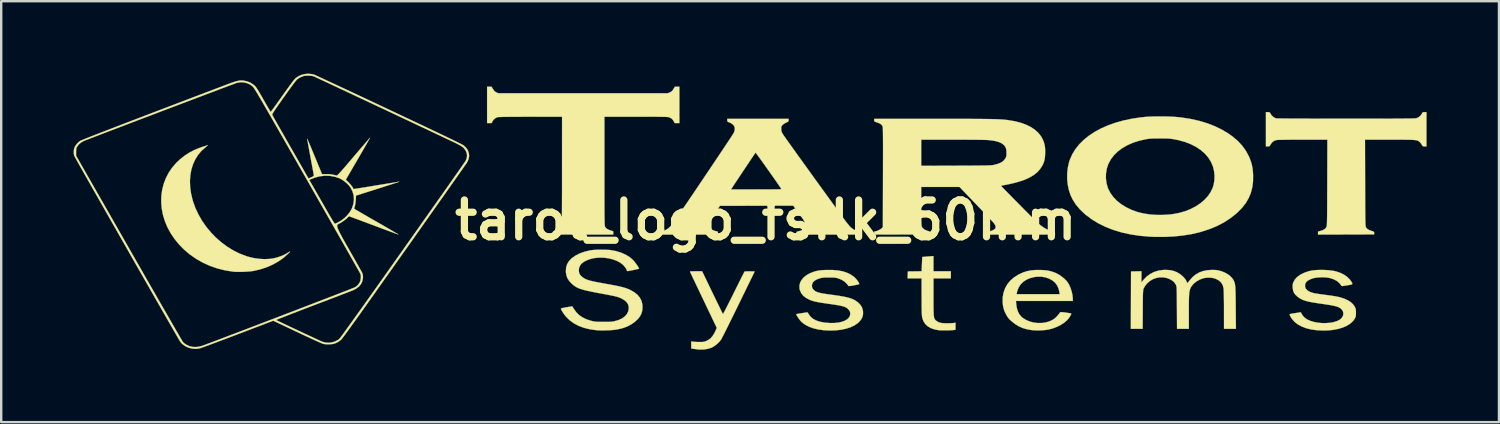
<source format=kicad_pcb>
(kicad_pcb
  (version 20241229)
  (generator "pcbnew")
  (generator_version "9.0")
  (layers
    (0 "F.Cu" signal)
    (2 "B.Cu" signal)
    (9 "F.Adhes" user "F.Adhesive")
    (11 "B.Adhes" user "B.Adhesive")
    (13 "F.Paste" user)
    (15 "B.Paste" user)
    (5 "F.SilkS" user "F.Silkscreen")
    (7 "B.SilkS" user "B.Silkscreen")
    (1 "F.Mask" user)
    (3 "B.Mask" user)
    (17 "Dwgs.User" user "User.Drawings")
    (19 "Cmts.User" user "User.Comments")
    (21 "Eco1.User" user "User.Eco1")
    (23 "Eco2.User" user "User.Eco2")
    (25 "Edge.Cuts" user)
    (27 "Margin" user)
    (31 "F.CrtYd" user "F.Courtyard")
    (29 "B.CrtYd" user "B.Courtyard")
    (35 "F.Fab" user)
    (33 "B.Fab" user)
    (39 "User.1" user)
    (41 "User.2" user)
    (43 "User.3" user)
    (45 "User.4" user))
  (footprint "tarot_logo_fsilk_60mm"
    (layer "F.Cu")
    (at 28.667 6.067)
    (property "Reference" "tarot_logo_fsilk_60mm" (at 0 0 0) (layer "F.SilkS") (effects (font (size 1.524 1.524) (thickness 0.3))))
    (attr through_hole)
    (fp_poly (pts (xy 6.946 2.119) (xy 7.666 2.119) (xy 7.666 2.411) (xy 6.946 2.411) (xy 6.946 3.191) (xy 6.946 3.373) (xy 6.947 3.529) (xy 6.948 3.66) (xy 6.95 3.77) (xy 6.953 3.859) (xy 6.957 3.932) (xy 6.964 3.99) (xy 6.972 4.035) (xy 6.983 4.071) (xy 6.996 4.099) (xy 7.012 4.122) (xy 7.032 4.143) (xy 7.055 4.163) (xy 7.062 4.169) (xy 7.129 4.214) (xy 7.209 4.246) (xy 7.307 4.265) (xy 7.429 4.273) (xy 7.49 4.274) (xy 7.579 4.273) (xy 7.666 4.27) (xy 7.738 4.266) (xy 7.766 4.263) (xy 7.859 4.252) (xy 7.859 4.541) (xy 7.805 4.55) (xy 7.749 4.556) (xy 7.667 4.561) (xy 7.569 4.565) (xy 7.464 4.566) (xy 7.36 4.567) (xy 7.267 4.565) (xy 7.194 4.562) (xy 7.166 4.559) (xy 6.988 4.525) (xy 6.836 4.472) (xy 6.711 4.4) (xy 6.611 4.309) (xy 6.537 4.198) (xy 6.487 4.066) (xy 6.481 4.04) (xy 6.475 4.008) (xy 6.47 3.967) (xy 6.466 3.916) (xy 6.462 3.851) (xy 6.46 3.769) (xy 6.458 3.669) (xy 6.456 3.549) (xy 6.456 3.404) (xy 6.455 3.234) (xy 6.455 3.17) (xy 6.455 2.411) (xy 5.875 2.411) (xy 5.88 2.269) (xy 5.885 2.126) (xy 6.17 2.122) (xy 6.455 2.118) (xy 6.458 2.064) (xy 6.459 2.031) (xy 6.462 1.975) (xy 6.465 1.903) (xy 6.469 1.82) (xy 6.471 1.768) (xy 6.482 1.527) (xy 6.578 1.518) (xy 6.646 1.512) (xy 6.73 1.505) (xy 6.81 1.499) (xy 6.946 1.489) (xy 6.946 2.119)) (stroke (width 0.01) (type solid)) (fill yes) (layer "F.SilkS"))
    (fp_poly (pts (xy -23.117 -3.089) (xy -23.146 -3.065) (xy -23.19 -3.029) (xy -23.215 -3.009) (xy -23.378 -2.863) (xy -23.517 -2.696) (xy -23.633 -2.51) (xy -23.724 -2.308) (xy -23.792 -2.091) (xy -23.834 -1.861) (xy -23.85 -1.62) (xy -23.841 -1.369) (xy -23.806 -1.111) (xy -23.744 -0.847) (xy -23.724 -0.78) (xy -23.625 -0.503) (xy -23.499 -0.234) (xy -23.35 0.025) (xy -23.178 0.271) (xy -22.987 0.503) (xy -22.779 0.719) (xy -22.554 0.917) (xy -22.315 1.094) (xy -22.065 1.249) (xy -21.805 1.38) (xy -21.536 1.485) (xy -21.436 1.517) (xy -21.211 1.571) (xy -20.983 1.604) (xy -20.758 1.616) (xy -20.543 1.606) (xy -20.377 1.581) (xy -20.227 1.543) (xy -20.077 1.492) (xy -19.938 1.432) (xy -19.826 1.37) (xy -19.758 1.328) (xy -19.717 1.304) (xy -19.702 1.3) (xy -19.711 1.315) (xy -19.744 1.351) (xy -19.787 1.395) (xy -19.975 1.562) (xy -20.189 1.713) (xy -20.425 1.844) (xy -20.678 1.955) (xy -20.945 2.042) (xy -21.221 2.104) (xy -21.231 2.106) (xy -21.336 2.12) (xy -21.464 2.131) (xy -21.605 2.139) (xy -21.748 2.143) (xy -21.883 2.143) (xy -22.001 2.139) (xy -22.067 2.133) (xy -22.398 2.08) (xy -22.718 2) (xy -23.025 1.893) (xy -23.319 1.76) (xy -23.597 1.602) (xy -23.857 1.42) (xy -24.1 1.214) (xy -24.297 1.013) (xy -24.487 0.782) (xy -24.65 0.54) (xy -24.784 0.292) (xy -24.89 0.037) (xy -24.968 -0.221) (xy -25.018 -0.48) (xy -25.04 -0.739) (xy -25.035 -0.996) (xy -25.001 -1.249) (xy -24.939 -1.495) (xy -24.849 -1.732) (xy -24.732 -1.96) (xy -24.586 -2.175) (xy -24.413 -2.375) (xy -24.26 -2.519) (xy -24.074 -2.667) (xy -23.885 -2.791) (xy -23.684 -2.896) (xy -23.612 -2.928) (xy -23.542 -2.956) (xy -23.46 -2.988) (xy -23.372 -3.019) (xy -23.287 -3.048) (xy -23.21 -3.073) (xy -23.15 -3.09) (xy -23.113 -3.098) (xy -23.109 -3.098) (xy -23.117 -3.089)) (stroke (width 0.01) (type solid)) (fill yes) (layer "F.SilkS"))
    (fp_poly (pts (xy -2.211 3) (xy -2.137 3.152) (xy -2.068 3.296) (xy -2.002 3.43) (xy -1.943 3.551) (xy -1.891 3.658) (xy -1.847 3.747) (xy -1.812 3.817) (xy -1.788 3.865) (xy -1.775 3.889) (xy -1.774 3.891) (xy -1.765 3.88) (xy -1.744 3.844) (xy -1.713 3.785) (xy -1.671 3.706) (xy -1.621 3.608) (xy -1.563 3.495) (xy -1.499 3.368) (xy -1.429 3.229) (xy -1.355 3.081) (xy -1.326 3.021) (xy -1.251 2.87) (xy -1.179 2.726) (xy -1.113 2.592) (xy -1.052 2.471) (xy -0.999 2.364) (xy -0.954 2.275) (xy -0.918 2.205) (xy -0.893 2.156) (xy -0.88 2.132) (xy -0.878 2.13) (xy -0.856 2.125) (xy -0.807 2.123) (xy -0.738 2.122) (xy -0.662 2.122) (xy -0.458 2.126) (xy -1.125 3.493) (xy -1.219 3.685) (xy -1.31 3.871) (xy -1.398 4.049) (xy -1.481 4.217) (xy -1.558 4.373) (xy -1.628 4.514) (xy -1.691 4.64) (xy -1.746 4.748) (xy -1.791 4.835) (xy -1.825 4.901) (xy -1.847 4.942) (xy -1.855 4.954) (xy -1.914 5.03) (xy -1.991 5.107) (xy -2.078 5.18) (xy -2.165 5.241) (xy -2.241 5.281) (xy -2.383 5.327) (xy -2.54 5.355) (xy -2.675 5.362) (xy -2.739 5.361) (xy -2.789 5.359) (xy -2.815 5.357) (xy -2.815 5.357) (xy -2.84 5.352) (xy -2.89 5.345) (xy -2.953 5.335) (xy -2.96 5.335) (xy -3.087 5.317) (xy -3.087 5.026) (xy -2.995 5.038) (xy -2.935 5.043) (xy -2.854 5.047) (xy -2.766 5.049) (xy -2.735 5.049) (xy -2.653 5.048) (xy -2.593 5.044) (xy -2.545 5.035) (xy -2.494 5.018) (xy -2.45 5.001) (xy -2.357 4.951) (xy -2.273 4.883) (xy -2.197 4.792) (xy -2.127 4.678) (xy -2.06 4.537) (xy -2.029 4.463) (xy -2.584 3.301) (xy -2.668 3.125) (xy -2.748 2.958) (xy -2.823 2.8) (xy -2.893 2.654) (xy -2.955 2.522) (xy -3.011 2.406) (xy -3.057 2.307) (xy -3.094 2.228) (xy -3.121 2.171) (xy -3.136 2.137) (xy -3.14 2.129) (xy -3.123 2.125) (xy -3.078 2.122) (xy -3.01 2.12) (xy -2.925 2.119) (xy -2.888 2.119) (xy -2.636 2.119) (xy -2.211 3)) (stroke (width 0.01) (type solid)) (fill yes) (layer "F.SilkS"))
    (fp_poly (pts (xy 11.535 2.074) (xy 11.669 2.089) (xy 11.79 2.114) (xy 11.908 2.15) (xy 12.024 2.196) (xy 12.132 2.253) (xy 12.245 2.328) (xy 12.353 2.414) (xy 12.445 2.503) (xy 12.505 2.576) (xy 12.566 2.679) (xy 12.62 2.804) (xy 12.665 2.939) (xy 12.698 3.078) (xy 12.715 3.21) (xy 12.717 3.27) (xy 12.718 3.347) (xy 10.362 3.347) (xy 10.374 3.478) (xy 10.398 3.64) (xy 10.44 3.778) (xy 10.5 3.895) (xy 10.579 3.993) (xy 10.643 4.049) (xy 10.779 4.134) (xy 10.929 4.198) (xy 11.091 4.241) (xy 11.258 4.262) (xy 11.426 4.262) (xy 11.589 4.24) (xy 11.743 4.196) (xy 11.882 4.131) (xy 11.974 4.068) (xy 12.016 4.03) (xy 12.064 3.98) (xy 12.113 3.925) (xy 12.156 3.872) (xy 12.186 3.83) (xy 12.195 3.812) (xy 12.213 3.81) (xy 12.258 3.812) (xy 12.321 3.818) (xy 12.395 3.826) (xy 12.472 3.837) (xy 12.544 3.848) (xy 12.604 3.859) (xy 12.643 3.868) (xy 12.653 3.872) (xy 12.652 3.89) (xy 12.636 3.926) (xy 12.609 3.974) (xy 12.573 4.029) (xy 12.533 4.083) (xy 12.493 4.131) (xy 12.478 4.147) (xy 12.363 4.246) (xy 12.221 4.338) (xy 12.061 4.419) (xy 11.893 4.484) (xy 11.723 4.529) (xy 11.718 4.53) (xy 11.589 4.55) (xy 11.442 4.563) (xy 11.288 4.568) (xy 11.141 4.566) (xy 11.013 4.555) (xy 11.007 4.554) (xy 10.808 4.518) (xy 10.633 4.466) (xy 10.474 4.395) (xy 10.324 4.301) (xy 10.225 4.224) (xy 10.15 4.16) (xy 10.094 4.108) (xy 10.051 4.06) (xy 10.013 4.007) (xy 9.975 3.946) (xy 9.905 3.812) (xy 9.856 3.68) (xy 9.826 3.541) (xy 9.812 3.398) (xy 9.815 3.192) (xy 9.837 3.069) (xy 10.39 3.069) (xy 12.175 3.069) (xy 12.164 2.992) (xy 12.13 2.842) (xy 12.07 2.709) (xy 11.988 2.596) (xy 11.882 2.505) (xy 11.871 2.497) (xy 11.725 2.418) (xy 11.567 2.367) (xy 11.398 2.342) (xy 11.218 2.346) (xy 11.113 2.36) (xy 10.94 2.405) (xy 10.788 2.472) (xy 10.657 2.562) (xy 10.55 2.671) (xy 10.469 2.797) (xy 10.416 2.94) (xy 10.405 2.987) (xy 10.39 3.069) (xy 9.837 3.069) (xy 9.85 2.999) (xy 9.914 2.82) (xy 10.007 2.655) (xy 10.129 2.507) (xy 10.278 2.376) (xy 10.455 2.262) (xy 10.655 2.168) (xy 10.816 2.116) (xy 10.99 2.082) (xy 11.182 2.066) (xy 11.376 2.065) (xy 11.535 2.074)) (stroke (width 0.01) (type solid)) (fill yes) (layer "F.SilkS"))
    (fp_poly (pts (xy -3.578 -4.019) (xy -3.77 -4.019) (xy -3.807 -4.088) (xy -3.856 -4.163) (xy -3.914 -4.216) (xy -3.991 -4.254) (xy -4.005 -4.259) (xy -4.023 -4.264) (xy -4.046 -4.268) (xy -4.076 -4.271) (xy -4.117 -4.274) (xy -4.17 -4.276) (xy -4.239 -4.277) (xy -4.325 -4.279) (xy -4.432 -4.28) (xy -4.56 -4.281) (xy -4.714 -4.281) (xy -4.896 -4.281) (xy -5.107 -4.282) (xy -5.351 -4.282) (xy -5.372 -4.282) (xy -6.683 -4.282) (xy -6.683 -2.028) (xy -6.683 -1.727) (xy -6.683 -1.455) (xy -6.683 -1.209) (xy -6.682 -0.988) (xy -6.682 -0.79) (xy -6.682 -0.615) (xy -6.681 -0.461) (xy -6.68 -0.326) (xy -6.68 -0.209) (xy -6.678 -0.109) (xy -6.677 -0.025) (xy -6.676 0.046) (xy -6.674 0.105) (xy -6.672 0.152) (xy -6.67 0.189) (xy -6.667 0.219) (xy -6.664 0.241) (xy -6.661 0.258) (xy -6.657 0.271) (xy -6.653 0.281) (xy -6.649 0.287) (xy -6.599 0.346) (xy -6.517 0.396) (xy -6.408 0.435) (xy -6.389 0.439) (xy -6.345 0.452) (xy -6.323 0.466) (xy -6.316 0.492) (xy -6.315 0.528) (xy -6.315 0.599) (xy -7.561 0.599) (xy -7.804 0.599) (xy -8.015 0.599) (xy -8.195 0.598) (xy -8.347 0.598) (xy -8.473 0.597) (xy -8.575 0.596) (xy -8.656 0.594) (xy -8.717 0.592) (xy -8.762 0.589) (xy -8.791 0.587) (xy -8.809 0.583) (xy -8.816 0.579) (xy -8.816 0.579) (xy -8.821 0.55) (xy -8.82 0.511) (xy -8.82 0.51) (xy -8.814 0.482) (xy -8.799 0.464) (xy -8.765 0.448) (xy -8.712 0.431) (xy -8.61 0.392) (xy -8.529 0.343) (xy -8.474 0.288) (xy -8.456 0.252) (xy -8.453 0.229) (xy -8.45 0.177) (xy -8.448 0.097) (xy -8.446 -0.012) (xy -8.444 -0.15) (xy -8.442 -0.317) (xy -8.441 -0.512) (xy -8.44 -0.737) (xy -8.439 -0.99) (xy -8.438 -1.272) (xy -8.438 -1.584) (xy -8.438 -1.925) (xy -8.438 -2.042) (xy -8.437 -4.282) (xy -9.749 -4.281) (xy -10.015 -4.281) (xy -10.248 -4.28) (xy -10.45 -4.279) (xy -10.621 -4.278) (xy -10.764 -4.276) (xy -10.88 -4.275) (xy -10.972 -4.272) (xy -11.04 -4.27) (xy -11.087 -4.267) (xy -11.114 -4.263) (xy -11.118 -4.262) (xy -11.192 -4.227) (xy -11.26 -4.172) (xy -11.312 -4.107) (xy -11.325 -4.083) (xy -11.354 -4.019) (xy -11.542 -4.019) (xy -11.542 -5.524) (xy -11.45 -5.524) (xy -11.358 -5.524) (xy -11.297 -5.426) (xy -11.257 -5.368) (xy -11.22 -5.328) (xy -11.176 -5.3) (xy -11.156 -5.29) (xy -11.077 -5.254) (xy -4.06 -5.254) (xy -3.973 -5.291) (xy -3.923 -5.316) (xy -3.886 -5.343) (xy -3.853 -5.383) (xy -3.825 -5.426) (xy -3.765 -5.524) (xy -3.578 -5.524) (xy -3.578 -4.019)) (stroke (width 0.01) (type solid)) (fill yes) (layer "F.SilkS"))
    (fp_poly (pts (xy 16.735 2.071) (xy 16.89 2.103) (xy 17.03 2.158) (xy 17.162 2.238) (xy 17.186 2.257) (xy 17.281 2.337) (xy 17.352 2.414) (xy 17.407 2.497) (xy 17.426 2.534) (xy 17.466 2.615) (xy 17.551 2.503) (xy 17.671 2.366) (xy 17.803 2.255) (xy 17.948 2.171) (xy 18.108 2.111) (xy 18.287 2.076) (xy 18.427 2.065) (xy 18.544 2.063) (xy 18.639 2.067) (xy 18.723 2.078) (xy 18.741 2.081) (xy 18.883 2.12) (xy 19.019 2.176) (xy 19.143 2.247) (xy 19.249 2.329) (xy 19.329 2.416) (xy 19.358 2.46) (xy 19.378 2.497) (xy 19.395 2.531) (xy 19.409 2.566) (xy 19.421 2.604) (xy 19.431 2.646) (xy 19.44 2.697) (xy 19.446 2.757) (xy 19.451 2.83) (xy 19.456 2.918) (xy 19.459 3.024) (xy 19.461 3.15) (xy 19.463 3.298) (xy 19.465 3.47) (xy 19.466 3.621) (xy 19.474 4.501) (xy 18.98 4.501) (xy 18.979 3.716) (xy 18.979 3.563) (xy 18.978 3.416) (xy 18.976 3.278) (xy 18.974 3.151) (xy 18.972 3.041) (xy 18.969 2.948) (xy 18.966 2.877) (xy 18.963 2.831) (xy 18.962 2.821) (xy 18.928 2.698) (xy 18.869 2.596) (xy 18.783 2.511) (xy 18.669 2.445) (xy 18.577 2.41) (xy 18.477 2.39) (xy 18.36 2.382) (xy 18.24 2.387) (xy 18.131 2.406) (xy 18.116 2.41) (xy 17.977 2.462) (xy 17.848 2.534) (xy 17.737 2.62) (xy 17.651 2.715) (xy 17.629 2.748) (xy 17.607 2.786) (xy 17.588 2.824) (xy 17.572 2.863) (xy 17.559 2.907) (xy 17.549 2.957) (xy 17.54 3.018) (xy 17.534 3.092) (xy 17.53 3.18) (xy 17.527 3.287) (xy 17.525 3.414) (xy 17.524 3.564) (xy 17.524 3.741) (xy 17.524 3.777) (xy 17.524 4.501) (xy 17.034 4.501) (xy 17.029 3.628) (xy 17.028 3.447) (xy 17.027 3.292) (xy 17.026 3.162) (xy 17.025 3.054) (xy 17.023 2.965) (xy 17.021 2.894) (xy 17.019 2.838) (xy 17.016 2.794) (xy 17.012 2.76) (xy 17.007 2.734) (xy 17.002 2.714) (xy 16.995 2.696) (xy 16.987 2.679) (xy 16.984 2.672) (xy 16.92 2.578) (xy 16.831 2.5) (xy 16.72 2.438) (xy 16.595 2.394) (xy 16.459 2.371) (xy 16.319 2.37) (xy 16.198 2.389) (xy 16.052 2.439) (xy 15.919 2.514) (xy 15.804 2.61) (xy 15.711 2.724) (xy 15.658 2.818) (xy 15.65 2.837) (xy 15.643 2.856) (xy 15.637 2.878) (xy 15.633 2.906) (xy 15.629 2.941) (xy 15.626 2.987) (xy 15.623 3.046) (xy 15.621 3.12) (xy 15.62 3.213) (xy 15.618 3.326) (xy 15.617 3.462) (xy 15.616 3.624) (xy 15.616 3.701) (xy 15.61 4.501) (xy 15.121 4.501) (xy 15.125 3.314) (xy 15.129 2.126) (xy 15.344 2.122) (xy 15.559 2.118) (xy 15.559 2.577) (xy 15.645 2.475) (xy 15.777 2.339) (xy 15.923 2.231) (xy 16.083 2.149) (xy 16.257 2.094) (xy 16.446 2.065) (xy 16.56 2.061) (xy 16.735 2.071)) (stroke (width 0.01) (type solid)) (fill yes) (layer "F.SilkS"))
    (fp_poly (pts (xy 16.464 -4.294) (xy 16.664 -4.29) (xy 16.855 -4.282) (xy 17.029 -4.27) (xy 17.178 -4.256) (xy 17.199 -4.253) (xy 17.585 -4.193) (xy 17.945 -4.113) (xy 18.281 -4.013) (xy 18.594 -3.892) (xy 18.885 -3.751) (xy 19.156 -3.589) (xy 19.342 -3.457) (xy 19.552 -3.278) (xy 19.731 -3.086) (xy 19.881 -2.878) (xy 20.004 -2.653) (xy 20.05 -2.545) (xy 20.099 -2.408) (xy 20.136 -2.277) (xy 20.161 -2.142) (xy 20.178 -1.994) (xy 20.185 -1.86) (xy 20.182 -1.599) (xy 20.15 -1.355) (xy 20.09 -1.125) (xy 19.999 -0.908) (xy 19.879 -0.703) (xy 19.726 -0.508) (xy 19.542 -0.321) (xy 19.481 -0.266) (xy 19.236 -0.074) (xy 18.971 0.097) (xy 18.684 0.246) (xy 18.373 0.374) (xy 18.038 0.483) (xy 17.945 0.508) (xy 17.623 0.582) (xy 17.277 0.637) (xy 16.914 0.675) (xy 16.537 0.694) (xy 16.154 0.695) (xy 15.91 0.685) (xy 15.504 0.65) (xy 15.118 0.593) (xy 14.752 0.513) (xy 14.407 0.41) (xy 14.085 0.285) (xy 13.784 0.138) (xy 13.506 -0.031) (xy 13.25 -0.222) (xy 13.199 -0.266) (xy 13.005 -0.452) (xy 12.843 -0.648) (xy 12.711 -0.855) (xy 12.622 -1.042) (xy 12.553 -1.251) (xy 12.507 -1.475) (xy 12.484 -1.708) (xy 12.485 -1.728) (xy 14.088 -1.728) (xy 14.113 -1.532) (xy 14.165 -1.346) (xy 14.18 -1.305) (xy 14.272 -1.125) (xy 14.395 -0.956) (xy 14.547 -0.799) (xy 14.725 -0.657) (xy 14.928 -0.532) (xy 15.152 -0.424) (xy 15.396 -0.336) (xy 15.412 -0.332) (xy 15.637 -0.277) (xy 15.885 -0.238) (xy 16.147 -0.217) (xy 16.417 -0.214) (xy 16.687 -0.229) (xy 16.866 -0.249) (xy 17.124 -0.298) (xy 17.369 -0.368) (xy 17.598 -0.459) (xy 17.809 -0.569) (xy 18 -0.695) (xy 18.168 -0.837) (xy 18.311 -0.992) (xy 18.426 -1.16) (xy 18.511 -1.337) (xy 18.549 -1.459) (xy 18.581 -1.643) (xy 18.588 -1.836) (xy 18.569 -2.028) (xy 18.527 -2.209) (xy 18.522 -2.222) (xy 18.441 -2.413) (xy 18.33 -2.59) (xy 18.19 -2.753) (xy 18.022 -2.899) (xy 17.829 -3.029) (xy 17.611 -3.142) (xy 17.371 -3.235) (xy 17.109 -3.309) (xy 16.906 -3.35) (xy 16.834 -3.361) (xy 16.769 -3.37) (xy 16.701 -3.376) (xy 16.625 -3.38) (xy 16.533 -3.382) (xy 16.419 -3.383) (xy 16.314 -3.383) (xy 16.178 -3.382) (xy 16.07 -3.381) (xy 15.984 -3.378) (xy 15.913 -3.373) (xy 15.849 -3.367) (xy 15.786 -3.358) (xy 15.735 -3.349) (xy 15.461 -3.287) (xy 15.208 -3.205) (xy 14.975 -3.103) (xy 14.767 -2.982) (xy 14.582 -2.845) (xy 14.425 -2.691) (xy 14.295 -2.521) (xy 14.195 -2.338) (xy 14.179 -2.302) (xy 14.122 -2.12) (xy 14.091 -1.926) (xy 14.088 -1.728) (xy 12.485 -1.728) (xy 12.486 -1.944) (xy 12.512 -2.176) (xy 12.562 -2.398) (xy 12.595 -2.499) (xy 12.693 -2.724) (xy 12.823 -2.937) (xy 12.982 -3.137) (xy 13.17 -3.324) (xy 13.385 -3.498) (xy 13.626 -3.656) (xy 13.891 -3.799) (xy 14.179 -3.926) (xy 14.489 -4.036) (xy 14.82 -4.128) (xy 15.169 -4.201) (xy 15.536 -4.255) (xy 15.735 -4.276) (xy 15.89 -4.286) (xy 16.068 -4.292) (xy 16.263 -4.295) (xy 16.464 -4.294)) (stroke (width 0.01) (type solid)) (fill yes) (layer "F.SilkS"))
    (fp_poly (pts (xy 20.841 -4.471) (xy 20.868 -4.462) (xy 20.888 -4.44) (xy 20.911 -4.399) (xy 20.96 -4.329) (xy 21.026 -4.27) (xy 21.1 -4.228) (xy 21.15 -4.213) (xy 21.174 -4.212) (xy 21.232 -4.211) (xy 21.321 -4.21) (xy 21.44 -4.209) (xy 21.586 -4.207) (xy 21.757 -4.206) (xy 21.952 -4.205) (xy 22.169 -4.205) (xy 22.406 -4.204) (xy 22.661 -4.203) (xy 22.931 -4.203) (xy 23.216 -4.202) (xy 23.513 -4.202) (xy 23.821 -4.202) (xy 24.049 -4.202) (xy 24.428 -4.202) (xy 24.774 -4.202) (xy 25.087 -4.202) (xy 25.37 -4.202) (xy 25.623 -4.203) (xy 25.849 -4.203) (xy 26.049 -4.204) (xy 26.224 -4.205) (xy 26.376 -4.206) (xy 26.507 -4.207) (xy 26.617 -4.208) (xy 26.709 -4.209) (xy 26.784 -4.211) (xy 26.843 -4.213) (xy 26.887 -4.215) (xy 26.92 -4.217) (xy 26.941 -4.22) (xy 26.95 -4.221) (xy 27.045 -4.265) (xy 27.123 -4.331) (xy 27.17 -4.399) (xy 27.193 -4.441) (xy 27.213 -4.463) (xy 27.241 -4.471) (xy 27.286 -4.472) (xy 27.365 -4.472) (xy 27.365 -3.054) (xy 27.287 -3.054) (xy 27.24 -3.056) (xy 27.212 -3.065) (xy 27.192 -3.088) (xy 27.172 -3.124) (xy 27.137 -3.176) (xy 27.095 -3.226) (xy 27.079 -3.241) (xy 27.057 -3.259) (xy 27.036 -3.275) (xy 27.011 -3.288) (xy 26.982 -3.299) (xy 26.944 -3.308) (xy 26.895 -3.315) (xy 26.832 -3.321) (xy 26.753 -3.325) (xy 26.655 -3.328) (xy 26.535 -3.33) (xy 26.39 -3.331) (xy 26.218 -3.332) (xy 26.015 -3.332) (xy 25.835 -3.332) (xy 24.82 -3.332) (xy 24.825 -1.538) (xy 24.826 -1.27) (xy 24.827 -1.03) (xy 24.827 -0.816) (xy 24.828 -0.627) (xy 24.829 -0.461) (xy 24.83 -0.316) (xy 24.831 -0.191) (xy 24.833 -0.085) (xy 24.834 0.004) (xy 24.836 0.078) (xy 24.838 0.139) (xy 24.84 0.187) (xy 24.843 0.224) (xy 24.846 0.252) (xy 24.849 0.272) (xy 24.853 0.287) (xy 24.857 0.297) (xy 24.859 0.3) (xy 24.91 0.359) (xy 24.979 0.404) (xy 25.074 0.442) (xy 25.087 0.446) (xy 25.146 0.464) (xy 25.179 0.479) (xy 25.194 0.495) (xy 25.198 0.52) (xy 25.198 0.535) (xy 25.198 0.592) (xy 22.874 0.599) (xy 22.874 0.537) (xy 22.875 0.475) (xy 22.975 0.448) (xy 23.084 0.411) (xy 23.163 0.361) (xy 23.217 0.298) (xy 23.218 0.297) (xy 23.223 0.288) (xy 23.227 0.277) (xy 23.231 0.262) (xy 23.235 0.243) (xy 23.238 0.217) (xy 23.241 0.182) (xy 23.243 0.138) (xy 23.245 0.083) (xy 23.247 0.015) (xy 23.248 -0.068) (xy 23.25 -0.166) (xy 23.251 -0.282) (xy 23.252 -0.418) (xy 23.253 -0.574) (xy 23.254 -0.752) (xy 23.254 -0.955) (xy 23.255 -1.183) (xy 23.256 -1.438) (xy 23.256 -1.545) (xy 23.261 -3.332) (xy 22.239 -3.332) (xy 22.013 -3.332) (xy 21.81 -3.331) (xy 21.63 -3.33) (xy 21.476 -3.328) (xy 21.349 -3.326) (xy 21.252 -3.323) (xy 21.186 -3.321) (xy 21.153 -3.317) (xy 21.153 -3.317) (xy 21.059 -3.285) (xy 20.986 -3.234) (xy 20.927 -3.16) (xy 20.918 -3.145) (xy 20.89 -3.098) (xy 20.868 -3.07) (xy 20.846 -3.058) (xy 20.814 -3.055) (xy 20.791 -3.054) (xy 20.716 -3.054) (xy 20.716 -4.472) (xy 20.795 -4.472) (xy 20.841 -4.471)) (stroke (width 0.01) (type solid)) (fill yes) (layer "F.SilkS"))
    (fp_poly (pts (xy 23.177 2.066) (xy 23.348 2.079) (xy 23.506 2.1) (xy 23.611 2.122) (xy 23.782 2.178) (xy 23.937 2.252) (xy 24.072 2.343) (xy 24.18 2.446) (xy 24.236 2.521) (xy 24.272 2.578) (xy 24.292 2.618) (xy 24.293 2.645) (xy 24.271 2.663) (xy 24.223 2.676) (xy 24.146 2.69) (xy 24.102 2.698) (xy 24.02 2.711) (xy 23.949 2.722) (xy 23.897 2.729) (xy 23.873 2.732) (xy 23.848 2.721) (xy 23.822 2.691) (xy 23.818 2.685) (xy 23.749 2.598) (xy 23.652 2.52) (xy 23.533 2.455) (xy 23.397 2.407) (xy 23.275 2.382) (xy 23.151 2.37) (xy 23.019 2.368) (xy 22.886 2.374) (xy 22.765 2.388) (xy 22.666 2.41) (xy 22.65 2.415) (xy 22.53 2.462) (xy 22.442 2.512) (xy 22.383 2.569) (xy 22.347 2.635) (xy 22.337 2.677) (xy 22.338 2.766) (xy 22.372 2.845) (xy 22.437 2.913) (xy 22.533 2.97) (xy 22.659 3.014) (xy 22.726 3.03) (xy 22.776 3.039) (xy 22.853 3.051) (xy 22.95 3.066) (xy 23.06 3.081) (xy 23.176 3.096) (xy 23.19 3.098) (xy 23.36 3.121) (xy 23.501 3.141) (xy 23.618 3.161) (xy 23.717 3.181) (xy 23.803 3.203) (xy 23.882 3.227) (xy 23.96 3.255) (xy 23.991 3.267) (xy 24.133 3.334) (xy 24.246 3.409) (xy 24.333 3.496) (xy 24.388 3.577) (xy 24.413 3.623) (xy 24.429 3.661) (xy 24.438 3.7) (xy 24.443 3.748) (xy 24.444 3.815) (xy 24.444 3.837) (xy 24.443 3.909) (xy 24.44 3.961) (xy 24.432 4.001) (xy 24.418 4.037) (xy 24.396 4.078) (xy 24.387 4.095) (xy 24.303 4.204) (xy 24.19 4.3) (xy 24.05 4.384) (xy 23.887 4.453) (xy 23.703 4.507) (xy 23.5 4.546) (xy 23.282 4.568) (xy 23.051 4.572) (xy 22.81 4.558) (xy 22.804 4.558) (xy 22.581 4.526) (xy 22.377 4.474) (xy 22.194 4.404) (xy 22.035 4.317) (xy 21.902 4.213) (xy 21.798 4.095) (xy 21.762 4.04) (xy 21.725 3.978) (xy 21.703 3.935) (xy 21.699 3.908) (xy 21.717 3.891) (xy 21.76 3.879) (xy 21.832 3.867) (xy 21.888 3.859) (xy 21.972 3.846) (xy 22.046 3.834) (xy 22.102 3.825) (xy 22.13 3.82) (xy 22.156 3.82) (xy 22.174 3.839) (xy 22.188 3.869) (xy 22.237 3.952) (xy 22.312 4.032) (xy 22.405 4.103) (xy 22.439 4.122) (xy 22.569 4.179) (xy 22.716 4.221) (xy 22.875 4.25) (xy 23.04 4.265) (xy 23.206 4.265) (xy 23.367 4.253) (xy 23.517 4.226) (xy 23.65 4.186) (xy 23.761 4.133) (xy 23.806 4.101) (xy 23.874 4.028) (xy 23.913 3.947) (xy 23.924 3.862) (xy 23.906 3.779) (xy 23.861 3.704) (xy 23.787 3.641) (xy 23.782 3.638) (xy 23.738 3.614) (xy 23.688 3.592) (xy 23.63 3.573) (xy 23.558 3.554) (xy 23.468 3.535) (xy 23.357 3.515) (xy 23.22 3.494) (xy 23.054 3.469) (xy 23.014 3.464) (xy 22.822 3.435) (xy 22.66 3.409) (xy 22.525 3.384) (xy 22.412 3.358) (xy 22.317 3.33) (xy 22.236 3.3) (xy 22.165 3.265) (xy 22.098 3.225) (xy 22.033 3.178) (xy 22.019 3.167) (xy 21.934 3.088) (xy 21.876 3.006) (xy 21.841 2.911) (xy 21.825 2.798) (xy 21.825 2.795) (xy 21.823 2.713) (xy 21.829 2.649) (xy 21.843 2.595) (xy 21.847 2.584) (xy 21.912 2.466) (xy 22.007 2.359) (xy 22.132 2.266) (xy 22.284 2.188) (xy 22.462 2.125) (xy 22.541 2.104) (xy 22.673 2.081) (xy 22.83 2.067) (xy 23.001 2.062) (xy 23.177 2.066)) (stroke (width 0.01) (type solid)) (fill yes) (layer "F.SilkS"))
    (fp_poly (pts (xy 2.772 2.066) (xy 2.992 2.085) (xy 3.188 2.122) (xy 3.362 2.178) (xy 3.516 2.253) (xy 3.653 2.348) (xy 3.657 2.351) (xy 3.704 2.395) (xy 3.753 2.449) (xy 3.798 2.507) (xy 3.836 2.563) (xy 3.862 2.61) (xy 3.872 2.643) (xy 3.871 2.651) (xy 3.853 2.658) (xy 3.808 2.67) (xy 3.745 2.683) (xy 3.672 2.698) (xy 3.597 2.711) (xy 3.527 2.722) (xy 3.471 2.729) (xy 3.437 2.732) (xy 3.431 2.73) (xy 3.42 2.717) (xy 3.395 2.685) (xy 3.361 2.643) (xy 3.36 2.641) (xy 3.269 2.551) (xy 3.151 2.475) (xy 3.013 2.417) (xy 2.985 2.408) (xy 2.932 2.395) (xy 2.882 2.385) (xy 2.825 2.379) (xy 2.754 2.376) (xy 2.659 2.375) (xy 2.614 2.375) (xy 2.507 2.375) (xy 2.428 2.378) (xy 2.366 2.383) (xy 2.314 2.391) (xy 2.264 2.403) (xy 2.242 2.409) (xy 2.114 2.455) (xy 2.019 2.511) (xy 1.954 2.577) (xy 1.919 2.656) (xy 1.912 2.722) (xy 1.919 2.785) (xy 1.942 2.838) (xy 1.957 2.858) (xy 1.996 2.901) (xy 2.042 2.938) (xy 2.099 2.969) (xy 2.172 2.995) (xy 2.264 3.019) (xy 2.379 3.042) (xy 2.522 3.064) (xy 2.662 3.083) (xy 2.88 3.113) (xy 3.066 3.141) (xy 3.224 3.168) (xy 3.358 3.197) (xy 3.471 3.227) (xy 3.568 3.26) (xy 3.651 3.297) (xy 3.724 3.339) (xy 3.791 3.387) (xy 3.84 3.428) (xy 3.926 3.518) (xy 3.984 3.613) (xy 4.018 3.72) (xy 4.028 3.783) (xy 4.028 3.911) (xy 3.997 4.028) (xy 3.935 4.137) (xy 3.839 4.242) (xy 3.807 4.269) (xy 3.676 4.359) (xy 3.518 4.435) (xy 3.336 4.494) (xy 3.133 4.538) (xy 2.914 4.564) (xy 2.681 4.573) (xy 2.438 4.563) (xy 2.386 4.558) (xy 2.162 4.526) (xy 1.958 4.476) (xy 1.776 4.408) (xy 1.618 4.323) (xy 1.488 4.222) (xy 1.469 4.204) (xy 1.431 4.161) (xy 1.389 4.108) (xy 1.348 4.05) (xy 1.311 3.994) (xy 1.283 3.946) (xy 1.267 3.91) (xy 1.267 3.894) (xy 1.286 3.889) (xy 1.333 3.88) (xy 1.4 3.869) (xy 1.466 3.858) (xy 1.548 3.846) (xy 1.62 3.835) (xy 1.673 3.826) (xy 1.696 3.822) (xy 1.72 3.822) (xy 1.74 3.835) (xy 1.763 3.868) (xy 1.778 3.894) (xy 1.854 3.999) (xy 1.958 4.087) (xy 2.089 4.157) (xy 2.247 4.209) (xy 2.434 4.245) (xy 2.648 4.262) (xy 2.658 4.263) (xy 2.843 4.261) (xy 3.01 4.244) (xy 3.157 4.211) (xy 3.281 4.164) (xy 3.379 4.103) (xy 3.45 4.03) (xy 3.491 3.945) (xy 3.491 3.944) (xy 3.501 3.855) (xy 3.48 3.775) (xy 3.426 3.7) (xy 3.401 3.676) (xy 3.362 3.643) (xy 3.317 3.616) (xy 3.264 3.592) (xy 3.198 3.57) (xy 3.115 3.549) (xy 3.011 3.528) (xy 2.883 3.507) (xy 2.725 3.483) (xy 2.633 3.47) (xy 2.458 3.445) (xy 2.312 3.423) (xy 2.192 3.403) (xy 2.093 3.384) (xy 2.009 3.364) (xy 1.937 3.343) (xy 1.871 3.321) (xy 1.807 3.295) (xy 1.803 3.293) (xy 1.66 3.217) (xy 1.547 3.126) (xy 1.465 3.021) (xy 1.413 2.9) (xy 1.402 2.859) (xy 1.393 2.733) (xy 1.417 2.61) (xy 1.472 2.494) (xy 1.557 2.388) (xy 1.669 2.293) (xy 1.807 2.212) (xy 1.881 2.18) (xy 1.985 2.141) (xy 2.082 2.112) (xy 2.179 2.092) (xy 2.287 2.078) (xy 2.414 2.069) (xy 2.526 2.065) (xy 2.772 2.066)) (stroke (width 0.01) (type solid)) (fill yes) (layer "F.SilkS"))
    (fp_poly (pts (xy -6.737 1.225) (xy -6.612 1.228) (xy -6.502 1.234) (xy -6.429 1.241) (xy -6.201 1.284) (xy -5.991 1.348) (xy -5.802 1.432) (xy -5.636 1.534) (xy -5.496 1.655) (xy -5.494 1.656) (xy -5.455 1.7) (xy -5.412 1.754) (xy -5.367 1.814) (xy -5.324 1.874) (xy -5.288 1.929) (xy -5.262 1.974) (xy -5.249 2.003) (xy -5.249 2.011) (xy -5.271 2.019) (xy -5.319 2.031) (xy -5.385 2.046) (xy -5.461 2.063) (xy -5.541 2.079) (xy -5.616 2.094) (xy -5.679 2.105) (xy -5.722 2.111) (xy -5.737 2.111) (xy -5.753 2.09) (xy -5.754 2.085) (xy -5.764 2.05) (xy -5.792 2) (xy -5.832 1.943) (xy -5.879 1.886) (xy -5.919 1.846) (xy -6.036 1.757) (xy -6.18 1.682) (xy -6.343 1.623) (xy -6.52 1.58) (xy -6.705 1.556) (xy -6.891 1.553) (xy -6.917 1.554) (xy -7.062 1.567) (xy -7.186 1.589) (xy -7.305 1.624) (xy -7.396 1.658) (xy -7.528 1.724) (xy -7.628 1.8) (xy -7.696 1.887) (xy -7.734 1.986) (xy -7.743 2.075) (xy -7.734 2.168) (xy -7.706 2.243) (xy -7.653 2.309) (xy -7.601 2.355) (xy -7.556 2.389) (xy -7.51 2.418) (xy -7.46 2.444) (xy -7.401 2.469) (xy -7.331 2.492) (xy -7.246 2.515) (xy -7.142 2.539) (xy -7.016 2.565) (xy -6.863 2.594) (xy -6.68 2.627) (xy -6.622 2.638) (xy -6.423 2.674) (xy -6.255 2.706) (xy -6.113 2.735) (xy -5.993 2.762) (xy -5.891 2.789) (xy -5.804 2.815) (xy -5.727 2.842) (xy -5.656 2.872) (xy -5.612 2.892) (xy -5.45 2.984) (xy -5.319 3.088) (xy -5.22 3.205) (xy -5.151 3.336) (xy -5.113 3.481) (xy -5.105 3.6) (xy -5.115 3.741) (xy -5.148 3.867) (xy -5.207 3.982) (xy -5.294 4.092) (xy -5.412 4.203) (xy -5.419 4.209) (xy -5.567 4.316) (xy -5.729 4.402) (xy -5.909 4.47) (xy -6.112 4.519) (xy -6.227 4.539) (xy -6.33 4.551) (xy -6.456 4.56) (xy -6.595 4.565) (xy -6.736 4.568) (xy -6.87 4.567) (xy -6.983 4.562) (xy -7.025 4.558) (xy -7.291 4.52) (xy -7.532 4.46) (xy -7.75 4.38) (xy -7.944 4.277) (xy -8.117 4.153) (xy -8.267 4.007) (xy -8.27 4.004) (xy -8.313 3.951) (xy -8.359 3.89) (xy -8.402 3.826) (xy -8.44 3.765) (xy -8.469 3.714) (xy -8.484 3.677) (xy -8.485 3.664) (xy -8.467 3.655) (xy -8.42 3.642) (xy -8.352 3.628) (xy -8.269 3.612) (xy -8.247 3.609) (xy -8.016 3.57) (xy -7.946 3.681) (xy -7.844 3.82) (xy -7.726 3.936) (xy -7.588 4.031) (xy -7.426 4.108) (xy -7.237 4.169) (xy -7.218 4.174) (xy -7.16 4.188) (xy -7.11 4.199) (xy -7.06 4.206) (xy -7.002 4.211) (xy -6.931 4.213) (xy -6.839 4.215) (xy -6.727 4.215) (xy -6.6 4.215) (xy -6.501 4.213) (xy -6.424 4.21) (xy -6.362 4.204) (xy -6.307 4.196) (xy -6.271 4.189) (xy -6.098 4.139) (xy -5.953 4.073) (xy -5.839 3.992) (xy -5.754 3.895) (xy -5.699 3.783) (xy -5.684 3.729) (xy -5.673 3.613) (xy -5.694 3.51) (xy -5.747 3.417) (xy -5.832 3.333) (xy -5.951 3.258) (xy -5.965 3.251) (xy -6.013 3.228) (xy -6.061 3.208) (xy -6.115 3.189) (xy -6.177 3.17) (xy -6.253 3.151) (xy -6.346 3.131) (xy -6.46 3.108) (xy -6.6 3.081) (xy -6.77 3.049) (xy -6.789 3.046) (xy -7.006 3.006) (xy -7.191 2.969) (xy -7.349 2.936) (xy -7.483 2.905) (xy -7.595 2.875) (xy -7.69 2.844) (xy -7.771 2.812) (xy -7.84 2.778) (xy -7.902 2.74) (xy -7.96 2.698) (xy -8.011 2.656) (xy -8.123 2.543) (xy -8.203 2.428) (xy -8.253 2.305) (xy -8.277 2.17) (xy -8.279 2.104) (xy -8.268 1.96) (xy -8.231 1.833) (xy -8.166 1.719) (xy -8.071 1.612) (xy -8.023 1.569) (xy -7.88 1.469) (xy -7.711 1.383) (xy -7.519 1.313) (xy -7.311 1.261) (xy -7.192 1.242) (xy -7.105 1.233) (xy -6.994 1.227) (xy -6.867 1.225) (xy -6.737 1.225)) (stroke (width 0.01) (type solid)) (fill yes) (layer "F.SilkS"))
    (fp_poly (pts (xy 0.947 -4.14) (xy 0.945 -4.109) (xy 0.933 -4.087) (xy 0.905 -4.068) (xy 0.853 -4.043) (xy 0.848 -4.04) (xy 0.784 -4.007) (xy 0.725 -3.967) (xy 0.694 -3.94) (xy 0.665 -3.908) (xy 0.649 -3.878) (xy 0.642 -3.84) (xy 0.64 -3.785) (xy 0.64 -3.78) (xy 0.643 -3.721) (xy 0.652 -3.673) (xy 0.672 -3.623) (xy 0.703 -3.566) (xy 0.719 -3.543) (xy 0.751 -3.496) (xy 0.799 -3.428) (xy 0.861 -3.34) (xy 0.936 -3.234) (xy 1.024 -3.112) (xy 1.122 -2.975) (xy 1.229 -2.826) (xy 1.344 -2.665) (xy 1.466 -2.496) (xy 1.594 -2.319) (xy 1.726 -2.136) (xy 1.86 -1.949) (xy 1.997 -1.759) (xy 2.134 -1.57) (xy 2.271 -1.381) (xy 2.405 -1.196) (xy 2.536 -1.015) (xy 2.662 -0.841) (xy 2.783 -0.675) (xy 2.896 -0.519) (xy 3.002 -0.374) (xy 3.097 -0.243) (xy 3.182 -0.128) (xy 3.254 -0.029) (xy 3.313 0.051) (xy 3.358 0.11) (xy 3.386 0.147) (xy 3.391 0.153) (xy 3.472 0.248) (xy 3.545 0.321) (xy 3.617 0.374) (xy 3.694 0.414) (xy 3.781 0.443) (xy 3.843 0.458) (xy 3.897 0.47) (xy 3.926 0.483) (xy 3.938 0.503) (xy 3.943 0.536) (xy 3.943 0.539) (xy 3.949 0.599) (xy 1.263 0.599) (xy 1.263 0.542) (xy 1.264 0.51) (xy 1.274 0.49) (xy 1.299 0.477) (xy 1.348 0.464) (xy 1.364 0.46) (xy 1.472 0.428) (xy 1.55 0.387) (xy 1.603 0.336) (xy 1.623 0.301) (xy 1.639 0.257) (xy 1.644 0.211) (xy 1.639 0.162) (xy 1.621 0.104) (xy 1.588 0.037) (xy 1.541 -0.043) (xy 1.476 -0.139) (xy 1.394 -0.255) (xy 1.326 -0.347) (xy 1.138 -0.599) (xy -1.899 -0.592) (xy -2.09 -0.3) (xy -2.148 -0.21) (xy -2.202 -0.125) (xy -2.249 -0.048) (xy -2.286 0.015) (xy -2.31 0.059) (xy -2.316 0.07) (xy -2.344 0.159) (xy -2.348 0.241) (xy -2.327 0.311) (xy -2.316 0.328) (xy -2.271 0.369) (xy -2.203 0.409) (xy -2.124 0.442) (xy -2.048 0.461) (xy -2.007 0.469) (xy -1.988 0.482) (xy -1.982 0.511) (xy -1.982 0.535) (xy -1.982 0.599) (xy -4.403 0.599) (xy -4.403 0.471) (xy -4.328 0.462) (xy -4.217 0.438) (xy -4.116 0.394) (xy -4.022 0.329) (xy -3.93 0.239) (xy -3.856 0.146) (xy -3.825 0.102) (xy -3.778 0.036) (xy -3.719 -0.05) (xy -3.647 -0.155) (xy -3.563 -0.276) (xy -3.47 -0.413) (xy -3.369 -0.562) (xy -3.259 -0.723) (xy -3.144 -0.893) (xy -3.023 -1.072) (xy -2.898 -1.256) (xy -2.888 -1.271) (xy -1.439 -1.271) (xy -0.395 -1.271) (xy -0.207 -1.272) (xy -0.03 -1.272) (xy 0.133 -1.273) (xy 0.279 -1.274) (xy 0.405 -1.275) (xy 0.508 -1.276) (xy 0.585 -1.278) (xy 0.633 -1.28) (xy 0.649 -1.281) (xy 0.64 -1.297) (xy 0.616 -1.335) (xy 0.577 -1.393) (xy 0.527 -1.467) (xy 0.466 -1.555) (xy 0.396 -1.655) (xy 0.32 -1.764) (xy 0.239 -1.878) (xy 0.156 -1.997) (xy 0.071 -2.116) (xy -0.012 -2.234) (xy -0.093 -2.347) (xy -0.169 -2.453) (xy -0.239 -2.55) (xy -0.3 -2.634) (xy -0.351 -2.703) (xy -0.39 -2.755) (xy -0.415 -2.786) (xy -0.423 -2.795) (xy -0.433 -2.781) (xy -0.459 -2.744) (xy -0.497 -2.688) (xy -0.547 -2.613) (xy -0.607 -2.525) (xy -0.674 -2.425) (xy -0.747 -2.315) (xy -0.825 -2.2) (xy -0.904 -2.081) (xy -0.984 -1.961) (xy -1.063 -1.843) (xy -1.138 -1.73) (xy -1.208 -1.625) (xy -1.271 -1.53) (xy -1.325 -1.448) (xy -1.368 -1.382) (xy -1.399 -1.335) (xy -1.414 -1.312) (xy -1.439 -1.271) (xy -2.888 -1.271) (xy -2.771 -1.445) (xy -2.642 -1.637) (xy -2.512 -1.829) (xy -2.384 -2.02) (xy -2.257 -2.209) (xy -2.133 -2.393) (xy -2.014 -2.571) (xy -1.9 -2.741) (xy -1.793 -2.901) (xy -1.694 -3.05) (xy -1.604 -3.185) (xy -1.524 -3.306) (xy -1.456 -3.409) (xy -1.4 -3.494) (xy -1.359 -3.559) (xy -1.332 -3.602) (xy -1.321 -3.62) (xy -1.287 -3.727) (xy -1.284 -3.821) (xy -1.312 -3.903) (xy -1.372 -3.971) (xy -1.464 -4.028) (xy -1.531 -4.055) (xy -1.574 -4.073) (xy -1.592 -4.094) (xy -1.596 -4.131) (xy -1.596 -4.136) (xy -1.596 -4.194) (xy 0.947 -4.194) (xy 0.947 -4.14)) (stroke (width 0.01) (type solid)) (fill yes) (layer "F.SilkS"))
    (fp_poly (pts (xy 7.307 -4.194) (xy 7.638 -4.194) (xy 7.937 -4.194) (xy 8.207 -4.193) (xy 8.45 -4.193) (xy 8.666 -4.192) (xy 8.86 -4.191) (xy 9.031 -4.189) (xy 9.183 -4.187) (xy 9.316 -4.185) (xy 9.433 -4.183) (xy 9.536 -4.18) (xy 9.627 -4.176) (xy 9.707 -4.172) (xy 9.779 -4.168) (xy 9.844 -4.163) (xy 9.905 -4.157) (xy 9.962 -4.151) (xy 10.019 -4.144) (xy 10.034 -4.142) (xy 10.309 -4.096) (xy 10.56 -4.032) (xy 10.784 -3.951) (xy 10.982 -3.853) (xy 11.152 -3.739) (xy 11.294 -3.609) (xy 11.407 -3.463) (xy 11.471 -3.346) (xy 11.519 -3.228) (xy 11.551 -3.109) (xy 11.569 -2.981) (xy 11.574 -2.838) (xy 11.572 -2.755) (xy 11.565 -2.629) (xy 11.551 -2.525) (xy 11.53 -2.435) (xy 11.5 -2.351) (xy 11.459 -2.265) (xy 11.454 -2.256) (xy 11.358 -2.108) (xy 11.236 -1.976) (xy 11.086 -1.859) (xy 10.906 -1.755) (xy 10.718 -1.67) (xy 10.608 -1.631) (xy 10.474 -1.59) (xy 10.326 -1.548) (xy 10.174 -1.511) (xy 10.028 -1.479) (xy 9.934 -1.461) (xy 9.849 -1.446) (xy 9.794 -1.435) (xy 9.764 -1.426) (xy 9.753 -1.417) (xy 9.756 -1.407) (xy 9.758 -1.403) (xy 9.779 -1.381) (xy 9.819 -1.339) (xy 9.877 -1.28) (xy 9.95 -1.205) (xy 10.036 -1.117) (xy 10.133 -1.019) (xy 10.237 -0.913) (xy 10.347 -0.801) (xy 10.461 -0.687) (xy 10.575 -0.571) (xy 10.687 -0.458) (xy 10.796 -0.349) (xy 10.898 -0.246) (xy 10.991 -0.152) (xy 11.073 -0.07) (xy 11.141 -0.002) (xy 11.194 0.05) (xy 11.228 0.083) (xy 11.233 0.088) (xy 11.37 0.207) (xy 11.501 0.302) (xy 11.628 0.374) (xy 11.757 0.426) (xy 11.876 0.458) (xy 11.93 0.47) (xy 11.96 0.483) (xy 11.972 0.501) (xy 11.977 0.534) (xy 11.977 0.539) (xy 11.983 0.599) (xy 9.225 0.599) (xy 9.23 0.54) (xy 9.235 0.507) (xy 9.247 0.486) (xy 9.273 0.47) (xy 9.323 0.451) (xy 9.341 0.445) (xy 9.434 0.406) (xy 9.494 0.36) (xy 9.522 0.307) (xy 9.517 0.244) (xy 9.481 0.17) (xy 9.437 0.112) (xy 9.413 0.084) (xy 9.369 0.036) (xy 9.307 -0.03) (xy 9.23 -0.112) (xy 9.14 -0.208) (xy 9.039 -0.315) (xy 8.928 -0.431) (xy 8.811 -0.553) (xy 8.694 -0.675) (xy 8.025 -1.373) (xy 7.231 -1.374) (xy 6.438 -1.374) (xy 6.438 -0.588) (xy 6.438 -0.389) (xy 6.439 -0.216) (xy 6.441 -0.068) (xy 6.444 0.052) (xy 6.447 0.146) (xy 6.451 0.211) (xy 6.455 0.249) (xy 6.457 0.253) (xy 6.499 0.327) (xy 6.572 0.389) (xy 6.675 0.436) (xy 6.701 0.445) (xy 6.761 0.463) (xy 6.795 0.478) (xy 6.81 0.494) (xy 6.815 0.518) (xy 6.815 0.535) (xy 6.815 0.592) (xy 4.491 0.599) (xy 4.491 0.534) (xy 4.493 0.492) (xy 4.504 0.472) (xy 4.521 0.468) (xy 4.569 0.459) (xy 4.633 0.437) (xy 4.701 0.406) (xy 4.761 0.371) (xy 4.804 0.339) (xy 4.808 0.334) (xy 4.85 0.285) (xy 4.855 -1.783) (xy 4.856 -2.071) (xy 4.856 -2.332) (xy 4.857 -2.566) (xy 4.857 -2.775) (xy 4.857 -2.961) (xy 4.857 -3.125) (xy 4.856 -3.268) (xy 4.856 -3.332) (xy 6.438 -3.332) (xy 6.438 -2.249) (xy 7.88 -2.254) (xy 8.142 -2.255) (xy 8.371 -2.256) (xy 8.569 -2.257) (xy 8.74 -2.258) (xy 8.885 -2.26) (xy 9.007 -2.261) (xy 9.108 -2.263) (xy 9.191 -2.265) (xy 9.258 -2.267) (xy 9.312 -2.27) (xy 9.354 -2.273) (xy 9.387 -2.276) (xy 9.415 -2.28) (xy 9.437 -2.285) (xy 9.584 -2.322) (xy 9.701 -2.365) (xy 9.793 -2.414) (xy 9.863 -2.474) (xy 9.917 -2.546) (xy 9.922 -2.553) (xy 9.946 -2.598) (xy 9.961 -2.638) (xy 9.968 -2.684) (xy 9.971 -2.744) (xy 9.971 -2.777) (xy 9.967 -2.878) (xy 9.953 -2.958) (xy 9.927 -3.023) (xy 9.886 -3.083) (xy 9.87 -3.101) (xy 9.798 -3.164) (xy 9.705 -3.215) (xy 9.588 -3.256) (xy 9.445 -3.288) (xy 9.271 -3.311) (xy 9.207 -3.317) (xy 9.156 -3.32) (xy 9.072 -3.322) (xy 8.958 -3.325) (xy 8.817 -3.327) (xy 8.651 -3.329) (xy 8.462 -3.33) (xy 8.254 -3.331) (xy 8.028 -3.332) (xy 7.787 -3.332) (xy 7.734 -3.332) (xy 6.438 -3.332) (xy 4.856 -3.332) (xy 4.856 -3.392) (xy 4.855 -3.499) (xy 4.854 -3.589) (xy 4.853 -3.664) (xy 4.851 -3.726) (xy 4.849 -3.776) (xy 4.847 -3.816) (xy 4.844 -3.846) (xy 4.841 -3.869) (xy 4.838 -3.886) (xy 4.834 -3.898) (xy 4.831 -3.905) (xy 4.781 -3.963) (xy 4.698 -4.014) (xy 4.582 -4.057) (xy 4.581 -4.057) (xy 4.529 -4.074) (xy 4.502 -4.089) (xy 4.492 -4.11) (xy 4.491 -4.139) (xy 4.491 -4.194) (xy 6.943 -4.194) (xy 7.307 -4.194)) (stroke (width 0.01) (type solid)) (fill yes) (layer "F.SilkS"))
    (fp_poly (pts (xy -18.8 -6.048) (xy -18.719 -6.029) (xy -18.696 -6.02) (xy -18.644 -5.997) (xy -18.565 -5.961) (xy -18.459 -5.912) (xy -18.33 -5.852) (xy -18.177 -5.781) (xy -18.002 -5.7) (xy -17.808 -5.61) (xy -17.595 -5.51) (xy -17.365 -5.403) (xy -17.12 -5.288) (xy -16.86 -5.166) (xy -16.589 -5.039) (xy -16.306 -4.906) (xy -16.013 -4.768) (xy -15.713 -4.627) (xy -15.625 -4.585) (xy -15.237 -4.402) (xy -14.879 -4.233) (xy -14.549 -4.078) (xy -14.248 -3.936) (xy -13.974 -3.806) (xy -13.727 -3.688) (xy -13.505 -3.583) (xy -13.308 -3.488) (xy -13.135 -3.405) (xy -12.985 -3.333) (xy -12.857 -3.271) (xy -12.75 -3.218) (xy -12.665 -3.175) (xy -12.598 -3.141) (xy -12.551 -3.116) (xy -12.522 -3.099) (xy -12.514 -3.094) (xy -12.412 -2.998) (xy -12.339 -2.89) (xy -12.297 -2.772) (xy -12.287 -2.65) (xy -12.309 -2.525) (xy -12.364 -2.403) (xy -12.367 -2.397) (xy -12.38 -2.378) (xy -12.41 -2.334) (xy -12.457 -2.268) (xy -12.519 -2.179) (xy -12.596 -2.07) (xy -12.687 -1.94) (xy -12.792 -1.791) (xy -12.909 -1.625) (xy -13.038 -1.441) (xy -13.179 -1.241) (xy -13.33 -1.027) (xy -13.491 -0.799) (xy -13.662 -0.557) (xy -13.84 -0.304) (xy -14.027 -0.04) (xy -14.22 0.233) (xy -14.419 0.515) (xy -14.624 0.806) (xy -14.834 1.102) (xy -14.959 1.279) (xy -15.23 1.661) (xy -15.483 2.019) (xy -15.72 2.353) (xy -15.94 2.664) (xy -16.144 2.952) (xy -16.332 3.217) (xy -16.506 3.462) (xy -16.665 3.685) (xy -16.809 3.888) (xy -16.94 4.071) (xy -17.058 4.235) (xy -17.163 4.381) (xy -17.255 4.508) (xy -17.335 4.619) (xy -17.404 4.713) (xy -17.462 4.791) (xy -17.508 4.853) (xy -17.545 4.901) (xy -17.572 4.934) (xy -17.589 4.954) (xy -17.593 4.958) (xy -17.71 5.044) (xy -17.8 5.089) (xy -17.862 5.112) (xy -17.916 5.127) (xy -17.975 5.136) (xy -18.052 5.141) (xy -18.084 5.142) (xy -18.176 5.143) (xy -18.245 5.14) (xy -18.303 5.13) (xy -18.348 5.119) (xy -18.38 5.106) (xy -18.44 5.081) (xy -18.524 5.044) (xy -18.63 4.996) (xy -18.755 4.939) (xy -18.896 4.874) (xy -19.05 4.803) (xy -19.215 4.726) (xy -19.386 4.645) (xy -19.423 4.628) (xy -20.4 4.166) (xy -21.878 4.729) (xy -22.095 4.812) (xy -22.304 4.891) (xy -22.503 4.966) (xy -22.69 5.036) (xy -22.862 5.1) (xy -23.017 5.158) (xy -23.153 5.208) (xy -23.266 5.249) (xy -23.355 5.281) (xy -23.417 5.302) (xy -23.45 5.313) (xy -23.452 5.313) (xy -23.597 5.332) (xy -23.745 5.323) (xy -23.795 5.314) (xy -23.938 5.271) (xy -24.067 5.206) (xy -24.176 5.123) (xy -24.248 5.04) (xy -24.261 5.019) (xy -24.288 4.973) (xy -24.329 4.903) (xy -24.382 4.811) (xy -24.447 4.698) (xy -24.524 4.565) (xy -24.611 4.413) (xy -24.708 4.245) (xy -24.814 4.06) (xy -24.928 3.86) (xy -25.05 3.647) (xy -25.179 3.422) (xy -25.314 3.186) (xy -25.454 2.941) (xy -25.599 2.687) (xy -25.749 2.426) (xy -25.901 2.159) (xy -26.056 1.888) (xy -26.213 1.613) (xy -26.37 1.336) (xy -26.528 1.059) (xy -26.686 0.783) (xy -26.843 0.508) (xy -26.997 0.236) (xy -27.15 -0.031) (xy -27.299 -0.293) (xy -27.443 -0.547) (xy -27.584 -0.794) (xy -27.718 -1.03) (xy -27.847 -1.256) (xy -27.968 -1.47) (xy -28.082 -1.671) (xy -28.188 -1.857) (xy -28.284 -2.027) (xy -28.371 -2.18) (xy -28.447 -2.315) (xy -28.511 -2.43) (xy -28.564 -2.524) (xy -28.604 -2.595) (xy -28.63 -2.643) (xy -28.643 -2.666) (xy -28.643 -2.668) (xy -28.658 -2.741) (xy -28.661 -2.821) (xy -28.566 -2.821) (xy -28.566 -2.667) (xy -26.377 1.162) (xy -26.196 1.479) (xy -26.018 1.789) (xy -25.845 2.092) (xy -25.677 2.386) (xy -25.514 2.67) (xy -25.357 2.943) (xy -25.207 3.205) (xy -25.064 3.454) (xy -24.929 3.688) (xy -24.803 3.908) (xy -24.685 4.112) (xy -24.578 4.298) (xy -24.481 4.466) (xy -24.395 4.615) (xy -24.32 4.744) (xy -24.258 4.852) (xy -24.208 4.937) (xy -24.172 4.998) (xy -24.149 5.035) (xy -24.142 5.046) (xy -24.101 5.087) (xy -24.046 5.13) (xy -24.011 5.154) (xy -23.881 5.216) (xy -23.742 5.251) (xy -23.595 5.257) (xy -23.442 5.235) (xy -23.32 5.199) (xy -23.229 5.165) (xy -23.114 5.122) (xy -22.974 5.07) (xy -22.813 5.009) (xy -22.632 4.941) (xy -22.432 4.865) (xy -22.217 4.783) (xy -21.987 4.696) (xy -21.744 4.603) (xy -21.491 4.507) (xy -21.23 4.407) (xy -20.961 4.305) (xy -20.687 4.2) (xy -20.41 4.094) (xy -20.132 3.988) (xy -19.855 3.881) (xy -19.579 3.776) (xy -19.309 3.672) (xy -19.044 3.57) (xy -18.787 3.472) (xy -18.541 3.377) (xy -18.306 3.286) (xy -18.084 3.201) (xy -17.879 3.122) (xy -17.69 3.049) (xy -17.521 2.983) (xy -17.373 2.926) (xy -17.248 2.877) (xy -17.148 2.837) (xy -17.074 2.808) (xy -17.029 2.79) (xy -17.015 2.784) (xy -16.945 2.735) (xy -16.889 2.68) (xy -16.836 2.61) (xy -16.822 2.586) (xy -16.795 2.525) (xy -16.778 2.446) (xy -16.77 2.361) (xy -16.774 2.283) (xy -16.787 2.228) (xy -16.797 2.21) (xy -16.821 2.167) (xy -16.858 2.1) (xy -16.909 2.009) (xy -16.973 1.897) (xy -17.048 1.763) (xy -17.136 1.609) (xy -17.234 1.437) (xy -17.342 1.246) (xy -17.46 1.038) (xy -17.587 0.815) (xy -17.722 0.577) (xy -17.866 0.325) (xy -18.016 0.061) (xy -18.173 -0.215) (xy -18.337 -0.501) (xy -18.506 -0.797) (xy -18.679 -1.101) (xy -18.857 -1.413) (xy -18.988 -1.643) (xy -19.002 -1.668) (xy -18.909 -1.668) (xy -18.764 -1.415) (xy -18.726 -1.349) (xy -18.676 -1.261) (xy -18.615 -1.154) (xy -18.545 -1.033) (xy -18.47 -0.901) (xy -18.391 -0.763) (xy -18.31 -0.622) (xy -18.242 -0.503) (xy -18.153 -0.346) (xy -18.077 -0.214) (xy -18.013 -0.106) (xy -17.961 -0.019) (xy -17.92 0.048) (xy -17.888 0.096) (xy -17.865 0.128) (xy -17.849 0.145) (xy -17.84 0.149) (xy -17.812 0.137) (xy -17.764 0.116) (xy -17.711 0.091) (xy -17.568 0.007) (xy -17.432 -0.101) (xy -17.312 -0.224) (xy -17.211 -0.358) (xy -17.14 -0.49) (xy -17.081 -0.665) (xy -17.057 -0.838) (xy -17.067 -1.009) (xy -17.113 -1.177) (xy -17.187 -1.33) (xy -17.251 -1.419) (xy -17.337 -1.51) (xy -17.438 -1.597) (xy -17.545 -1.672) (xy -17.649 -1.728) (xy -17.667 -1.736) (xy -17.862 -1.8) (xy -18.06 -1.834) (xy -18.26 -1.84) (xy -18.46 -1.817) (xy -18.66 -1.765) (xy -18.747 -1.733) (xy -18.909 -1.668) (xy -19.002 -1.668) (xy -19.205 -2.022) (xy -19.406 -2.375) (xy -19.594 -2.704) (xy -19.769 -3.009) (xy -19.93 -3.291) (xy -20.079 -3.551) (xy -20.216 -3.79) (xy -20.341 -4.009) (xy -20.456 -4.209) (xy -20.548 -4.369) (xy -20.442 -4.369) (xy -20.441 -4.357) (xy -20.44 -4.355) (xy -20.43 -4.337) (xy -20.406 -4.294) (xy -20.37 -4.229) (xy -20.321 -4.143) (xy -20.261 -4.038) (xy -20.192 -3.915) (xy -20.113 -3.778) (xy -20.027 -3.627) (xy -19.934 -3.464) (xy -19.836 -3.292) (xy -19.733 -3.111) (xy -19.682 -3.022) (xy -18.941 -1.726) (xy -18.829 -1.772) (xy -18.77 -1.8) (xy -18.73 -1.824) (xy -18.717 -1.841) (xy -18.719 -1.859) (xy -18.727 -1.904) (xy -18.739 -1.972) (xy -18.755 -2.06) (xy -18.774 -2.166) (xy -18.797 -2.287) (xy -18.822 -2.42) (xy -18.848 -2.562) (xy -18.858 -2.614) (xy -18.885 -2.758) (xy -18.91 -2.894) (xy -18.933 -3.018) (xy -18.953 -3.127) (xy -18.969 -3.219) (xy -18.982 -3.292) (xy -18.99 -3.342) (xy -18.993 -3.367) (xy -18.993 -3.37) (xy -18.986 -3.357) (xy -18.969 -3.32) (xy -18.943 -3.26) (xy -18.909 -3.179) (xy -18.867 -3.082) (xy -18.82 -2.969) (xy -18.768 -2.843) (xy -18.711 -2.708) (xy -18.684 -2.641) (xy -18.381 -1.906) (xy -18.202 -1.905) (xy -18.114 -1.904) (xy -18.037 -1.898) (xy -17.96 -1.888) (xy -17.872 -1.87) (xy -17.776 -1.848) (xy -17.767 -1.848) (xy -17.754 -1.854) (xy -17.736 -1.868) (xy -17.712 -1.89) (xy -17.679 -1.923) (xy -17.637 -1.968) (xy -17.584 -2.027) (xy -17.519 -2.101) (xy -17.44 -2.192) (xy -17.346 -2.302) (xy -17.234 -2.432) (xy -17.105 -2.584) (xy -17.067 -2.629) (xy -16.952 -2.764) (xy -16.843 -2.891) (xy -16.742 -3.009) (xy -16.65 -3.116) (xy -16.569 -3.209) (xy -16.502 -3.288) (xy -16.448 -3.349) (xy -16.411 -3.391) (xy -16.391 -3.412) (xy -16.389 -3.414) (xy -16.395 -3.401) (xy -16.416 -3.363) (xy -16.45 -3.304) (xy -16.495 -3.224) (xy -16.55 -3.127) (xy -16.615 -3.015) (xy -16.687 -2.89) (xy -16.766 -2.753) (xy -16.851 -2.608) (xy -16.889 -2.542) (xy -17.395 -1.673) (xy -17.316 -1.6) (xy -17.261 -1.545) (xy -17.206 -1.483) (xy -17.156 -1.421) (xy -17.116 -1.366) (xy -17.094 -1.325) (xy -17.092 -1.32) (xy -17.078 -1.294) (xy -17.067 -1.286) (xy -17.047 -1.289) (xy -16.996 -1.297) (xy -16.918 -1.309) (xy -16.815 -1.326) (xy -16.69 -1.346) (xy -16.548 -1.369) (xy -16.39 -1.395) (xy -16.221 -1.422) (xy -16.161 -1.432) (xy -15.988 -1.46) (xy -15.824 -1.487) (xy -15.673 -1.512) (xy -15.538 -1.534) (xy -15.423 -1.553) (xy -15.331 -1.568) (xy -15.266 -1.579) (xy -15.23 -1.584) (xy -15.226 -1.585) (xy -15.182 -1.592) (xy -15.224 -1.575) (xy -15.248 -1.566) (xy -15.302 -1.549) (xy -15.382 -1.522) (xy -15.485 -1.489) (xy -15.608 -1.45) (xy -15.747 -1.405) (xy -15.9 -1.356) (xy -16.063 -1.304) (xy -16.119 -1.286) (xy -16.971 -1.016) (xy -16.982 -0.84) (xy -16.988 -0.761) (xy -16.999 -0.681) (xy -17.011 -0.613) (xy -17.022 -0.573) (xy -17.036 -0.524) (xy -17.043 -0.486) (xy -17.042 -0.469) (xy -17.027 -0.459) (xy -16.985 -0.433) (xy -16.919 -0.394) (xy -16.831 -0.343) (xy -16.724 -0.281) (xy -16.601 -0.21) (xy -16.464 -0.13) (xy -16.315 -0.044) (xy -16.157 0.046) (xy -16.121 0.067) (xy -15.962 0.158) (xy -15.812 0.245) (xy -15.673 0.325) (xy -15.548 0.397) (xy -15.439 0.461) (xy -15.349 0.514) (xy -15.28 0.554) (xy -15.235 0.582) (xy -15.215 0.594) (xy -15.215 0.595) (xy -15.232 0.59) (xy -15.277 0.574) (xy -15.35 0.548) (xy -15.446 0.513) (xy -15.563 0.47) (xy -15.699 0.419) (xy -15.851 0.363) (xy -16.015 0.302) (xy -16.19 0.236) (xy -16.235 0.219) (xy -16.412 0.153) (xy -16.58 0.09) (xy -16.735 0.033) (xy -16.876 -0.02) (xy -16.998 -0.065) (xy -17.101 -0.103) (xy -17.18 -0.132) (xy -17.233 -0.151) (xy -17.258 -0.16) (xy -17.259 -0.16) (xy -17.275 -0.149) (xy -17.303 -0.122) (xy -17.322 -0.102) (xy -17.366 -0.061) (xy -17.428 -0.011) (xy -17.502 0.042) (xy -17.576 0.092) (xy -17.644 0.133) (xy -17.694 0.158) (xy -17.718 0.17) (xy -17.737 0.184) (xy -17.749 0.204) (xy -17.754 0.231) (xy -17.751 0.265) (xy -17.74 0.31) (xy -17.719 0.367) (xy -17.688 0.437) (xy -17.645 0.523) (xy -17.592 0.626) (xy -17.526 0.747) (xy -17.447 0.89) (xy -17.354 1.054) (xy -17.246 1.243) (xy -17.218 1.292) (xy -17.132 1.442) (xy -17.051 1.585) (xy -16.975 1.719) (xy -16.906 1.842) (xy -16.845 1.952) (xy -16.793 2.046) (xy -16.751 2.121) (xy -16.722 2.175) (xy -16.707 2.206) (xy -16.705 2.21) (xy -16.689 2.272) (xy -16.683 2.348) (xy -16.685 2.403) (xy -16.71 2.533) (xy -16.765 2.649) (xy -16.851 2.751) (xy -16.967 2.839) (xy -17.101 2.907) (xy -17.136 2.921) (xy -17.201 2.946) (xy -17.292 2.981) (xy -17.408 3.026) (xy -17.547 3.079) (xy -17.705 3.14) (xy -17.88 3.207) (xy -18.07 3.28) (xy -18.273 3.357) (xy -18.486 3.438) (xy -18.706 3.522) (xy -18.765 3.544) (xy -18.983 3.627) (xy -19.191 3.707) (xy -19.388 3.783) (xy -19.571 3.853) (xy -19.738 3.918) (xy -19.886 3.976) (xy -20.014 4.026) (xy -20.12 4.068) (xy -20.201 4.101) (xy -20.256 4.124) (xy -20.281 4.136) (xy -20.283 4.137) (xy -20.264 4.147) (xy -20.218 4.17) (xy -20.148 4.203) (xy -20.057 4.247) (xy -19.949 4.299) (xy -19.825 4.357) (xy -19.691 4.421) (xy -19.548 4.488) (xy -19.401 4.558) (xy -19.251 4.628) (xy -19.104 4.697) (xy -18.961 4.764) (xy -18.826 4.827) (xy -18.703 4.884) (xy -18.594 4.935) (xy -18.502 4.977) (xy -18.432 5.01) (xy -18.385 5.03) (xy -18.368 5.038) (xy -18.231 5.073) (xy -18.096 5.081) (xy -17.994 5.069) (xy -17.851 5.03) (xy -17.726 4.967) (xy -17.664 4.922) (xy -17.649 4.904) (xy -17.618 4.865) (xy -17.572 4.804) (xy -17.51 4.721) (xy -17.434 4.616) (xy -17.342 4.489) (xy -17.234 4.339) (xy -17.11 4.167) (xy -16.97 3.971) (xy -16.814 3.753) (xy -16.641 3.51) (xy -16.452 3.244) (xy -16.246 2.955) (xy -16.023 2.641) (xy -15.783 2.302) (xy -15.526 1.939) (xy -15.251 1.551) (xy -15.038 1.25) (xy -14.825 0.949) (xy -14.617 0.654) (xy -14.413 0.366) (xy -14.216 0.086) (xy -14.024 -0.185) (xy -13.84 -0.446) (xy -13.664 -0.695) (xy -13.497 -0.933) (xy -13.339 -1.157) (xy -13.191 -1.367) (xy -13.054 -1.561) (xy -12.929 -1.74) (xy -12.816 -1.901) (xy -12.716 -2.043) (xy -12.63 -2.167) (xy -12.558 -2.27) (xy -12.501 -2.351) (xy -12.461 -2.41) (xy -12.436 -2.446) (xy -12.43 -2.455) (xy -12.385 -2.566) (xy -12.372 -2.68) (xy -12.391 -2.793) (xy -12.441 -2.9) (xy -12.52 -2.997) (xy -12.557 -3.029) (xy -12.601 -3.059) (xy -12.669 -3.1) (xy -12.752 -3.145) (xy -12.842 -3.191) (xy -12.884 -3.212) (xy -13.021 -3.276) (xy -13.178 -3.351) (xy -13.355 -3.434) (xy -13.548 -3.526) (xy -13.757 -3.624) (xy -13.979 -3.729) (xy -14.213 -3.839) (xy -14.457 -3.954) (xy -14.709 -4.073) (xy -14.967 -4.194) (xy -15.23 -4.318) (xy -15.496 -4.443) (xy -15.762 -4.569) (xy -16.028 -4.694) (xy -16.292 -4.818) (xy -16.551 -4.94) (xy -16.804 -5.058) (xy -17.049 -5.173) (xy -17.284 -5.284) (xy -17.507 -5.389) (xy -17.718 -5.487) (xy -17.913 -5.579) (xy -18.091 -5.663) (xy -18.251 -5.737) (xy -18.39 -5.802) (xy -18.507 -5.857) (xy -18.6 -5.9) (xy -18.667 -5.931) (xy -18.707 -5.949) (xy -18.717 -5.954) (xy -18.771 -5.97) (xy -18.835 -5.98) (xy -18.918 -5.984) (xy -18.954 -5.984) (xy -19.034 -5.983) (xy -19.093 -5.979) (xy -19.142 -5.969) (xy -19.195 -5.95) (xy -19.226 -5.938) (xy -19.297 -5.904) (xy -19.367 -5.862) (xy -19.412 -5.828) (xy -19.438 -5.801) (xy -19.48 -5.75) (xy -19.536 -5.677) (xy -19.606 -5.584) (xy -19.689 -5.472) (xy -19.782 -5.344) (xy -19.885 -5.199) (xy -19.971 -5.079) (xy -20.077 -4.928) (xy -20.167 -4.801) (xy -20.241 -4.694) (xy -20.302 -4.607) (xy -20.349 -4.537) (xy -20.385 -4.481) (xy -20.411 -4.439) (xy -20.429 -4.407) (xy -20.438 -4.384) (xy -20.442 -4.369) (xy -20.548 -4.369) (xy -20.561 -4.391) (xy -20.655 -4.555) (xy -20.741 -4.702) (xy -20.817 -4.834) (xy -20.885 -4.951) (xy -20.946 -5.055) (xy -20.999 -5.145) (xy -21.046 -5.224) (xy -21.086 -5.291) (xy -21.121 -5.348) (xy -21.151 -5.396) (xy -21.176 -5.435) (xy -21.197 -5.466) (xy -21.215 -5.491) (xy -21.229 -5.511) (xy -21.241 -5.525) (xy -21.251 -5.536) (xy -21.253 -5.538) (xy -21.36 -5.616) (xy -21.484 -5.672) (xy -21.618 -5.704) (xy -21.756 -5.711) (xy -21.893 -5.69) (xy -21.9 -5.688) (xy -21.924 -5.68) (xy -21.978 -5.661) (xy -22.06 -5.63) (xy -22.168 -5.59) (xy -22.301 -5.54) (xy -22.456 -5.482) (xy -22.632 -5.416) (xy -22.826 -5.342) (xy -23.037 -5.263) (xy -23.263 -5.177) (xy -23.502 -5.087) (xy -23.752 -4.992) (xy -24.011 -4.894) (xy -24.278 -4.793) (xy -24.55 -4.69) (xy -24.826 -4.585) (xy -25.104 -4.48) (xy -25.381 -4.374) (xy -25.656 -4.27) (xy -25.927 -4.167) (xy -26.193 -4.066) (xy -26.45 -3.968) (xy -26.698 -3.873) (xy -26.935 -3.783) (xy -27.158 -3.698) (xy -27.366 -3.619) (xy -27.556 -3.546) (xy -27.728 -3.48) (xy -27.878 -3.422) (xy -28.006 -3.373) (xy -28.109 -3.333) (xy -28.185 -3.304) (xy -28.233 -3.285) (xy -28.243 -3.28) (xy -28.358 -3.216) (xy -28.456 -3.131) (xy -28.517 -3.051) (xy -28.54 -3.013) (xy -28.554 -2.979) (xy -28.562 -2.941) (xy -28.565 -2.889) (xy -28.566 -2.821) (xy -28.661 -2.821) (xy -28.662 -2.829) (xy -28.654 -2.917) (xy -28.636 -2.992) (xy -28.592 -3.079) (xy -28.526 -3.167) (xy -28.446 -3.245) (xy -28.398 -3.28) (xy -28.371 -3.293) (xy -28.312 -3.318) (xy -28.222 -3.355) (xy -28.1 -3.404) (xy -27.946 -3.465) (xy -27.761 -3.537) (xy -27.545 -3.621) (xy -27.297 -3.717) (xy -27.018 -3.824) (xy -26.709 -3.943) (xy -26.368 -4.074) (xy -25.997 -4.216) (xy -25.595 -4.37) (xy -25.162 -4.535) (xy -24.699 -4.711) (xy -24.206 -4.899) (xy -23.682 -5.098) (xy -23.128 -5.309) (xy -22.545 -5.53) (xy -22.424 -5.576) (xy -22.264 -5.636) (xy -22.132 -5.685) (xy -22.022 -5.722) (xy -21.931 -5.75) (xy -21.856 -5.769) (xy -21.791 -5.78) (xy -21.733 -5.784) (xy -21.677 -5.783) (xy -21.619 -5.776) (xy -21.61 -5.775) (xy -21.454 -5.738) (xy -21.314 -5.676) (xy -21.194 -5.59) (xy -21.187 -5.585) (xy -21.161 -5.56) (xy -21.136 -5.532) (xy -21.108 -5.497) (xy -21.078 -5.454) (xy -21.043 -5.399) (xy -21 -5.33) (xy -20.949 -5.242) (xy -20.887 -5.135) (xy -20.812 -5.004) (xy -20.805 -4.992) (xy -20.741 -4.879) (xy -20.681 -4.775) (xy -20.627 -4.681) (xy -20.581 -4.603) (xy -20.545 -4.541) (xy -20.52 -4.499) (xy -20.508 -4.481) (xy -20.507 -4.48) (xy -20.496 -4.491) (xy -20.47 -4.525) (xy -20.429 -4.58) (xy -20.375 -4.653) (xy -20.311 -4.742) (xy -20.237 -4.845) (xy -20.156 -4.959) (xy -20.068 -5.082) (xy -20.032 -5.133) (xy -19.927 -5.281) (xy -19.83 -5.416) (xy -19.741 -5.538) (xy -19.663 -5.645) (xy -19.596 -5.733) (xy -19.542 -5.802) (xy -19.503 -5.848) (xy -19.486 -5.867) (xy -19.373 -5.95) (xy -19.241 -6.011) (xy -19.098 -6.049) (xy -18.949 -6.062) (xy -18.8 -6.048)) (stroke (width 0.01) (type solid)) (fill yes) (layer "F.SilkS")))
  (gr_rect
    (start -3 -3)
    (end 59.036 14.434)
    (stroke (width 0.1) (type default))
    (fill no)
    (layer "Edge.Cuts")))
</source>
